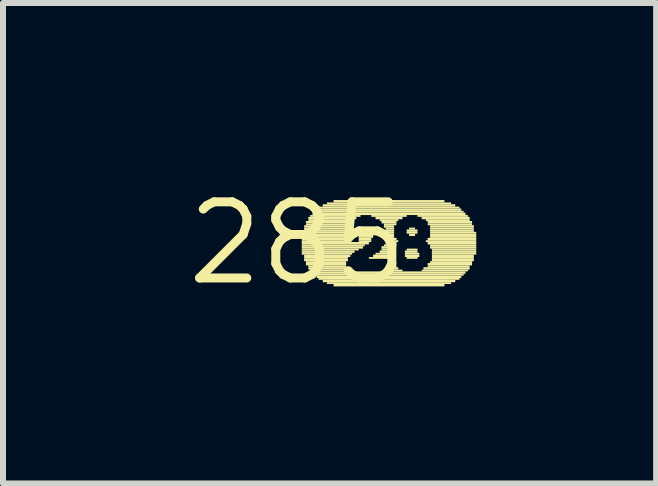
<source format=kicad_pcb>
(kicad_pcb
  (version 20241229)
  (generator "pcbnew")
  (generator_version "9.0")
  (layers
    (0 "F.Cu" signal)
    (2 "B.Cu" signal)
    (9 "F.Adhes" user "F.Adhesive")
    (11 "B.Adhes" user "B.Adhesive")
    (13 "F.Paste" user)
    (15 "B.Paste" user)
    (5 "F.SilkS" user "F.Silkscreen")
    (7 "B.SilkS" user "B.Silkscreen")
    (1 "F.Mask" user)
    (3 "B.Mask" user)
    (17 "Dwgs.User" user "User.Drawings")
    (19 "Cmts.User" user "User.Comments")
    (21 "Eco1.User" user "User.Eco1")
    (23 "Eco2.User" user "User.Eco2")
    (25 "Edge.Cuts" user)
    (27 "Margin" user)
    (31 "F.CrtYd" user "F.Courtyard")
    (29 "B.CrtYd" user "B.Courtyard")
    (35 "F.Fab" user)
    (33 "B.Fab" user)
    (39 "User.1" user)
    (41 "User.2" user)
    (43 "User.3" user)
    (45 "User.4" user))
  (footprint "285"
    (layer "F.Cu")
    (at 1.912 1.006)
    (property "Reference" "285" (at 0 0 0) (layer "F.SilkS") (effects (font (size 1.27 1.27) (thickness 0.15))))
    (fp_poly (pts (xy 0.07 -0.16) (xy 0.81 -0.16) (xy 0.81 -0.19) (xy 0.07 -0.19)) (stroke (width 0) (type solid)) (fill yes) (layer "F.SilkS"))
    (fp_poly (pts (xy 0.07 -0.12) (xy 0.81 -0.12) (xy 0.81 -0.16) (xy 0.07 -0.16)) (stroke (width 0) (type solid)) (fill yes) (layer "F.SilkS"))
    (fp_poly (pts (xy 0.07 -0.09) (xy 0.81 -0.09) (xy 0.81 -0.12) (xy 0.07 -0.12)) (stroke (width 0) (type solid)) (fill yes) (layer "F.SilkS"))
    (fp_poly (pts (xy 0.07 -0.05) (xy 0.81 -0.05) (xy 0.81 -0.09) (xy 0.07 -0.09)) (stroke (width 0) (type solid)) (fill yes) (layer "F.SilkS"))
    (fp_poly (pts (xy 0.07 -0.02) (xy 0.84 -0.02) (xy 0.84 -0.05) (xy 0.07 -0.05)) (stroke (width 0) (type solid)) (fill yes) (layer "F.SilkS"))
    (fp_poly (pts (xy 0.07 0.02) (xy 1.19 0.02) (xy 1.19 -0.02) (xy 0.07 -0.02)) (stroke (width 0) (type solid)) (fill yes) (layer "F.SilkS"))
    (fp_poly (pts (xy 0.07 0.05) (xy 1.12 0.05) (xy 1.12 0.02) (xy 0.07 0.02)) (stroke (width 0) (type solid)) (fill yes) (layer "F.SilkS"))
    (fp_poly (pts (xy 0.07 0.09) (xy 1.09 0.09) (xy 1.09 0.05) (xy 0.07 0.05)) (stroke (width 0) (type solid)) (fill yes) (layer "F.SilkS"))
    (fp_poly (pts (xy 0.07 0.12) (xy 1.02 0.12) (xy 1.02 0.09) (xy 0.07 0.09)) (stroke (width 0) (type solid)) (fill yes) (layer "F.SilkS"))
    (fp_poly (pts (xy 0.07 0.16) (xy 0.95 0.16) (xy 0.95 0.12) (xy 0.07 0.12)) (stroke (width 0) (type solid)) (fill yes) (layer "F.SilkS"))
    (fp_poly (pts (xy 0.07 0.19) (xy 0.91 0.19) (xy 0.91 0.16) (xy 0.07 0.16)) (stroke (width 0) (type solid)) (fill yes) (layer "F.SilkS"))
    (fp_poly (pts (xy 0.11 -0.26) (xy 0.84 -0.26) (xy 0.84 -0.3) (xy 0.11 -0.3)) (stroke (width 0) (type solid)) (fill yes) (layer "F.SilkS"))
    (fp_poly (pts (xy 0.11 -0.23) (xy 0.84 -0.23) (xy 0.84 -0.26) (xy 0.11 -0.26)) (stroke (width 0) (type solid)) (fill yes) (layer "F.SilkS"))
    (fp_poly (pts (xy 0.11 -0.19) (xy 0.81 -0.19) (xy 0.81 -0.23) (xy 0.11 -0.23)) (stroke (width 0) (type solid)) (fill yes) (layer "F.SilkS"))
    (fp_poly (pts (xy 0.11 0.23) (xy 0.88 0.23) (xy 0.88 0.19) (xy 0.11 0.19)) (stroke (width 0) (type solid)) (fill yes) (layer "F.SilkS"))
    (fp_poly (pts (xy 0.11 0.26) (xy 0.84 0.26) (xy 0.84 0.23) (xy 0.11 0.23)) (stroke (width 0) (type solid)) (fill yes) (layer "F.SilkS"))
    (fp_poly (pts (xy 0.11 0.3) (xy 0.84 0.3) (xy 0.84 0.26) (xy 0.11 0.26)) (stroke (width 0) (type solid)) (fill yes) (layer "F.SilkS"))
    (fp_poly (pts (xy 0.14 -0.33) (xy 0.88 -0.33) (xy 0.88 -0.37) (xy 0.14 -0.37)) (stroke (width 0) (type solid)) (fill yes) (layer "F.SilkS"))
    (fp_poly (pts (xy 0.14 -0.3) (xy 0.88 -0.3) (xy 0.88 -0.33) (xy 0.14 -0.33)) (stroke (width 0) (type solid)) (fill yes) (layer "F.SilkS"))
    (fp_poly (pts (xy 0.14 0.33) (xy 0.81 0.33) (xy 0.81 0.3) (xy 0.14 0.3)) (stroke (width 0) (type solid)) (fill yes) (layer "F.SilkS"))
    (fp_poly (pts (xy 0.14 0.37) (xy 0.81 0.37) (xy 0.81 0.33) (xy 0.14 0.33)) (stroke (width 0) (type solid)) (fill yes) (layer "F.SilkS"))
    (fp_poly (pts (xy 0.18 -0.4) (xy 0.98 -0.4) (xy 0.98 -0.44) (xy 0.18 -0.44)) (stroke (width 0) (type solid)) (fill yes) (layer "F.SilkS"))
    (fp_poly (pts (xy 0.18 -0.37) (xy 0.91 -0.37) (xy 0.91 -0.4) (xy 0.18 -0.4)) (stroke (width 0) (type solid)) (fill yes) (layer "F.SilkS"))
    (fp_poly (pts (xy 0.18 0.4) (xy 0.81 0.4) (xy 0.81 0.37) (xy 0.18 0.37)) (stroke (width 0) (type solid)) (fill yes) (layer "F.SilkS"))
    (fp_poly (pts (xy 0.18 0.44) (xy 0.81 0.44) (xy 0.81 0.4) (xy 0.18 0.4)) (stroke (width 0) (type solid)) (fill yes) (layer "F.SilkS"))
    (fp_poly (pts (xy 0.21 -0.44) (xy 1.05 -0.44) (xy 1.05 -0.47) (xy 0.21 -0.47)) (stroke (width 0) (type solid)) (fill yes) (layer "F.SilkS"))
    (fp_poly (pts (xy 0.21 0.47) (xy 0.84 0.47) (xy 0.84 0.44) (xy 0.21 0.44)) (stroke (width 0) (type solid)) (fill yes) (layer "F.SilkS"))
    (fp_poly (pts (xy 0.25 -0.47) (xy 2.8 -0.47) (xy 2.8 -0.51) (xy 0.25 -0.51)) (stroke (width 0) (type solid)) (fill yes) (layer "F.SilkS"))
    (fp_poly (pts (xy 0.25 0.51) (xy 2.8 0.51) (xy 2.8 0.47) (xy 0.25 0.47)) (stroke (width 0) (type solid)) (fill yes) (layer "F.SilkS"))
    (fp_poly (pts (xy 0.28 -0.51) (xy 2.77 -0.51) (xy 2.77 -0.54) (xy 0.28 -0.54)) (stroke (width 0) (type solid)) (fill yes) (layer "F.SilkS"))
    (fp_poly (pts (xy 0.28 0.54) (xy 2.77 0.54) (xy 2.77 0.51) (xy 0.28 0.51)) (stroke (width 0) (type solid)) (fill yes) (layer "F.SilkS"))
    (fp_poly (pts (xy 0.32 -0.54) (xy 2.73 -0.54) (xy 2.73 -0.58) (xy 0.32 -0.58)) (stroke (width 0) (type solid)) (fill yes) (layer "F.SilkS"))
    (fp_poly (pts (xy 0.32 0.58) (xy 2.73 0.58) (xy 2.73 0.54) (xy 0.32 0.54)) (stroke (width 0) (type solid)) (fill yes) (layer "F.SilkS"))
    (fp_poly (pts (xy 0.35 -0.58) (xy 2.7 -0.58) (xy 2.7 -0.61) (xy 0.35 -0.61)) (stroke (width 0) (type solid)) (fill yes) (layer "F.SilkS"))
    (fp_poly (pts (xy 0.35 0.61) (xy 2.7 0.61) (xy 2.7 0.58) (xy 0.35 0.58)) (stroke (width 0) (type solid)) (fill yes) (layer "F.SilkS"))
    (fp_poly (pts (xy 0.42 -0.61) (xy 2.63 -0.61) (xy 2.63 -0.65) (xy 0.42 -0.65)) (stroke (width 0) (type solid)) (fill yes) (layer "F.SilkS"))
    (fp_poly (pts (xy 0.42 0.65) (xy 2.63 0.65) (xy 2.63 0.61) (xy 0.42 0.61)) (stroke (width 0) (type solid)) (fill yes) (layer "F.SilkS"))
    (fp_poly (pts (xy 0.49 -0.65) (xy 2.56 -0.65) (xy 2.56 -0.68) (xy 0.49 -0.68)) (stroke (width 0) (type solid)) (fill yes) (layer "F.SilkS"))
    (fp_poly (pts (xy 0.49 0.68) (xy 2.56 0.68) (xy 2.56 0.65) (xy 0.49 0.65)) (stroke (width 0) (type solid)) (fill yes) (layer "F.SilkS"))
    (fp_poly (pts (xy 0.6 -0.68) (xy 2.45 -0.68) (xy 2.45 -0.72) (xy 0.6 -0.72)) (stroke (width 0) (type solid)) (fill yes) (layer "F.SilkS"))
    (fp_poly (pts (xy 0.6 0.72) (xy 2.45 0.72) (xy 2.45 0.68) (xy 0.6 0.68)) (stroke (width 0) (type solid)) (fill yes) (layer "F.SilkS"))
    (fp_poly (pts (xy 1.02 -0.12) (xy 1.26 -0.12) (xy 1.26 -0.16) (xy 1.02 -0.16)) (stroke (width 0) (type solid)) (fill yes) (layer "F.SilkS"))
    (fp_poly (pts (xy 1.02 -0.09) (xy 1.26 -0.09) (xy 1.26 -0.12) (xy 1.02 -0.12)) (stroke (width 0) (type solid)) (fill yes) (layer "F.SilkS"))
    (fp_poly (pts (xy 1.02 -0.05) (xy 1.23 -0.05) (xy 1.23 -0.09) (xy 1.02 -0.09)) (stroke (width 0) (type solid)) (fill yes) (layer "F.SilkS"))
    (fp_poly (pts (xy 1.02 -0.02) (xy 1.23 -0.02) (xy 1.23 -0.05) (xy 1.02 -0.05)) (stroke (width 0) (type solid)) (fill yes) (layer "F.SilkS"))
    (fp_poly (pts (xy 1.05 -0.19) (xy 1.23 -0.19) (xy 1.23 -0.23) (xy 1.05 -0.23)) (stroke (width 0) (type solid)) (fill yes) (layer "F.SilkS"))
    (fp_poly (pts (xy 1.05 -0.16) (xy 1.26 -0.16) (xy 1.26 -0.19) (xy 1.05 -0.19)) (stroke (width 0) (type solid)) (fill yes) (layer "F.SilkS"))
    (fp_poly (pts (xy 1.19 0.26) (xy 1.58 0.26) (xy 1.58 0.23) (xy 1.19 0.23)) (stroke (width 0) (type solid)) (fill yes) (layer "F.SilkS"))
    (fp_poly (pts (xy 1.23 -0.44) (xy 1.82 -0.44) (xy 1.82 -0.47) (xy 1.23 -0.47)) (stroke (width 0) (type solid)) (fill yes) (layer "F.SilkS"))
    (fp_poly (pts (xy 1.26 0.23) (xy 1.58 0.23) (xy 1.58 0.19) (xy 1.26 0.19)) (stroke (width 0) (type solid)) (fill yes) (layer "F.SilkS"))
    (fp_poly (pts (xy 1.3 -0.4) (xy 1.75 -0.4) (xy 1.75 -0.44) (xy 1.3 -0.44)) (stroke (width 0) (type solid)) (fill yes) (layer "F.SilkS"))
    (fp_poly (pts (xy 1.3 0.19) (xy 1.58 0.19) (xy 1.58 0.16) (xy 1.3 0.16)) (stroke (width 0) (type solid)) (fill yes) (layer "F.SilkS"))
    (fp_poly (pts (xy 1.37 -0.37) (xy 1.68 -0.37) (xy 1.68 -0.4) (xy 1.37 -0.4)) (stroke (width 0) (type solid)) (fill yes) (layer "F.SilkS"))
    (fp_poly (pts (xy 1.37 0.16) (xy 1.58 0.16) (xy 1.58 0.12) (xy 1.37 0.12)) (stroke (width 0) (type solid)) (fill yes) (layer "F.SilkS"))
    (fp_poly (pts (xy 1.4 -0.33) (xy 1.65 -0.33) (xy 1.65 -0.37) (xy 1.4 -0.37)) (stroke (width 0) (type solid)) (fill yes) (layer "F.SilkS"))
    (fp_poly (pts (xy 1.4 0.09) (xy 1.61 0.09) (xy 1.61 0.05) (xy 1.4 0.05)) (stroke (width 0) (type solid)) (fill yes) (layer "F.SilkS"))
    (fp_poly (pts (xy 1.4 0.12) (xy 1.58 0.12) (xy 1.58 0.09) (xy 1.4 0.09)) (stroke (width 0) (type solid)) (fill yes) (layer "F.SilkS"))
    (fp_poly (pts (xy 1.44 -0.3) (xy 1.65 -0.3) (xy 1.65 -0.33) (xy 1.44 -0.33)) (stroke (width 0) (type solid)) (fill yes) (layer "F.SilkS"))
    (fp_poly (pts (xy 1.44 -0.26) (xy 1.61 -0.26) (xy 1.61 -0.3) (xy 1.44 -0.3)) (stroke (width 0) (type solid)) (fill yes) (layer "F.SilkS"))
    (fp_poly (pts (xy 1.44 0.05) (xy 1.61 0.05) (xy 1.61 0.02) (xy 1.44 0.02)) (stroke (width 0) (type solid)) (fill yes) (layer "F.SilkS"))
    (fp_poly (pts (xy 1.47 -0.23) (xy 1.61 -0.23) (xy 1.61 -0.26) (xy 1.47 -0.26)) (stroke (width 0) (type solid)) (fill yes) (layer "F.SilkS"))
    (fp_poly (pts (xy 1.47 -0.19) (xy 1.61 -0.19) (xy 1.61 -0.23) (xy 1.47 -0.23)) (stroke (width 0) (type solid)) (fill yes) (layer "F.SilkS"))
    (fp_poly (pts (xy 1.47 -0.16) (xy 1.61 -0.16) (xy 1.61 -0.19) (xy 1.47 -0.19)) (stroke (width 0) (type solid)) (fill yes) (layer "F.SilkS"))
    (fp_poly (pts (xy 1.47 -0.12) (xy 1.61 -0.12) (xy 1.61 -0.16) (xy 1.47 -0.16)) (stroke (width 0) (type solid)) (fill yes) (layer "F.SilkS"))
    (fp_poly (pts (xy 1.47 -0.09) (xy 1.61 -0.09) (xy 1.61 -0.12) (xy 1.47 -0.12)) (stroke (width 0) (type solid)) (fill yes) (layer "F.SilkS"))
    (fp_poly (pts (xy 1.47 -0.05) (xy 1.65 -0.05) (xy 1.65 -0.09) (xy 1.47 -0.09)) (stroke (width 0) (type solid)) (fill yes) (layer "F.SilkS"))
    (fp_poly (pts (xy 1.47 -0.02) (xy 1.68 -0.02) (xy 1.68 -0.05) (xy 1.47 -0.05)) (stroke (width 0) (type solid)) (fill yes) (layer "F.SilkS"))
    (fp_poly (pts (xy 1.47 0.02) (xy 1.65 0.02) (xy 1.65 -0.02) (xy 1.47 -0.02)) (stroke (width 0) (type solid)) (fill yes) (layer "F.SilkS"))
    (fp_poly (pts (xy 1.47 0.47) (xy 1.75 0.47) (xy 1.75 0.44) (xy 1.47 0.44)) (stroke (width 0) (type solid)) (fill yes) (layer "F.SilkS"))
    (fp_poly (pts (xy 1.51 0.3) (xy 1.58 0.3) (xy 1.58 0.26) (xy 1.51 0.26)) (stroke (width 0) (type solid)) (fill yes) (layer "F.SilkS"))
    (fp_poly (pts (xy 1.51 0.33) (xy 1.61 0.33) (xy 1.61 0.3) (xy 1.51 0.3)) (stroke (width 0) (type solid)) (fill yes) (layer "F.SilkS"))
    (fp_poly (pts (xy 1.51 0.37) (xy 1.61 0.37) (xy 1.61 0.33) (xy 1.51 0.33)) (stroke (width 0) (type solid)) (fill yes) (layer "F.SilkS"))
    (fp_poly (pts (xy 1.51 0.4) (xy 1.65 0.4) (xy 1.65 0.37) (xy 1.51 0.37)) (stroke (width 0) (type solid)) (fill yes) (layer "F.SilkS"))
    (fp_poly (pts (xy 1.51 0.44) (xy 1.68 0.44) (xy 1.68 0.4) (xy 1.51 0.4)) (stroke (width 0) (type solid)) (fill yes) (layer "F.SilkS"))
    (fp_poly (pts (xy 1.79 0.16) (xy 2 0.16) (xy 2 0.12) (xy 1.79 0.12)) (stroke (width 0) (type solid)) (fill yes) (layer "F.SilkS"))
    (fp_poly (pts (xy 1.79 0.19) (xy 2.03 0.19) (xy 2.03 0.16) (xy 1.79 0.16)) (stroke (width 0) (type solid)) (fill yes) (layer "F.SilkS"))
    (fp_poly (pts (xy 1.79 0.23) (xy 2.03 0.23) (xy 2.03 0.19) (xy 1.79 0.19)) (stroke (width 0) (type solid)) (fill yes) (layer "F.SilkS"))
    (fp_poly (pts (xy 1.82 -0.19) (xy 2 -0.19) (xy 2 -0.23) (xy 1.82 -0.23)) (stroke (width 0) (type solid)) (fill yes) (layer "F.SilkS"))
    (fp_poly (pts (xy 1.82 -0.16) (xy 2 -0.16) (xy 2 -0.19) (xy 1.82 -0.19)) (stroke (width 0) (type solid)) (fill yes) (layer "F.SilkS"))
    (fp_poly (pts (xy 1.82 0.12) (xy 2 0.12) (xy 2 0.09) (xy 1.82 0.09)) (stroke (width 0) (type solid)) (fill yes) (layer "F.SilkS"))
    (fp_poly (pts (xy 1.82 0.26) (xy 2 0.26) (xy 2 0.23) (xy 1.82 0.23)) (stroke (width 0) (type solid)) (fill yes) (layer "F.SilkS"))
    (fp_poly (pts (xy 1.86 -0.23) (xy 1.96 -0.23) (xy 1.96 -0.26) (xy 1.86 -0.26)) (stroke (width 0) (type solid)) (fill yes) (layer "F.SilkS"))
    (fp_poly (pts (xy 1.86 -0.12) (xy 1.96 -0.12) (xy 1.96 -0.16) (xy 1.86 -0.16)) (stroke (width 0) (type solid)) (fill yes) (layer "F.SilkS"))
    (fp_poly (pts (xy 2 -0.44) (xy 2.84 -0.44) (xy 2.84 -0.47) (xy 2 -0.47)) (stroke (width 0) (type solid)) (fill yes) (layer "F.SilkS"))
    (fp_poly (pts (xy 2.07 -0.4) (xy 2.87 -0.4) (xy 2.87 -0.44) (xy 2.07 -0.44)) (stroke (width 0) (type solid)) (fill yes) (layer "F.SilkS"))
    (fp_poly (pts (xy 2.07 0.47) (xy 2.84 0.47) (xy 2.84 0.44) (xy 2.07 0.44)) (stroke (width 0) (type solid)) (fill yes) (layer "F.SilkS"))
    (fp_poly (pts (xy 2.1 0.44) (xy 2.87 0.44) (xy 2.87 0.4) (xy 2.1 0.4)) (stroke (width 0) (type solid)) (fill yes) (layer "F.SilkS"))
    (fp_poly (pts (xy 2.14 -0.37) (xy 2.87 -0.37) (xy 2.87 -0.4) (xy 2.14 -0.4)) (stroke (width 0) (type solid)) (fill yes) (layer "F.SilkS"))
    (fp_poly (pts (xy 2.14 -0.02) (xy 2.98 -0.02) (xy 2.98 -0.05) (xy 2.14 -0.05)) (stroke (width 0) (type solid)) (fill yes) (layer "F.SilkS"))
    (fp_poly (pts (xy 2.17 -0.33) (xy 2.91 -0.33) (xy 2.91 -0.37) (xy 2.17 -0.37)) (stroke (width 0) (type solid)) (fill yes) (layer "F.SilkS"))
    (fp_poly (pts (xy 2.17 -0.3) (xy 2.91 -0.3) (xy 2.91 -0.33) (xy 2.17 -0.33)) (stroke (width 0) (type solid)) (fill yes) (layer "F.SilkS"))
    (fp_poly (pts (xy 2.17 -0.05) (xy 2.98 -0.05) (xy 2.98 -0.09) (xy 2.17 -0.09)) (stroke (width 0) (type solid)) (fill yes) (layer "F.SilkS"))
    (fp_poly (pts (xy 2.17 0.02) (xy 2.98 0.02) (xy 2.98 -0.02) (xy 2.17 -0.02)) (stroke (width 0) (type solid)) (fill yes) (layer "F.SilkS"))
    (fp_poly (pts (xy 2.17 0.37) (xy 2.91 0.37) (xy 2.91 0.33) (xy 2.17 0.33)) (stroke (width 0) (type solid)) (fill yes) (layer "F.SilkS"))
    (fp_poly (pts (xy 2.17 0.4) (xy 2.87 0.4) (xy 2.87 0.37) (xy 2.17 0.37)) (stroke (width 0) (type solid)) (fill yes) (layer "F.SilkS"))
    (fp_poly (pts (xy 2.21 -0.26) (xy 2.94 -0.26) (xy 2.94 -0.3) (xy 2.21 -0.3)) (stroke (width 0) (type solid)) (fill yes) (layer "F.SilkS"))
    (fp_poly (pts (xy 2.21 -0.23) (xy 2.94 -0.23) (xy 2.94 -0.26) (xy 2.21 -0.26)) (stroke (width 0) (type solid)) (fill yes) (layer "F.SilkS"))
    (fp_poly (pts (xy 2.21 -0.19) (xy 2.94 -0.19) (xy 2.94 -0.23) (xy 2.21 -0.23)) (stroke (width 0) (type solid)) (fill yes) (layer "F.SilkS"))
    (fp_poly (pts (xy 2.21 -0.16) (xy 2.98 -0.16) (xy 2.98 -0.19) (xy 2.21 -0.19)) (stroke (width 0) (type solid)) (fill yes) (layer "F.SilkS"))
    (fp_poly (pts (xy 2.21 -0.12) (xy 2.98 -0.12) (xy 2.98 -0.16) (xy 2.21 -0.16)) (stroke (width 0) (type solid)) (fill yes) (layer "F.SilkS"))
    (fp_poly (pts (xy 2.21 -0.09) (xy 2.98 -0.09) (xy 2.98 -0.12) (xy 2.21 -0.12)) (stroke (width 0) (type solid)) (fill yes) (layer "F.SilkS"))
    (fp_poly (pts (xy 2.21 0.05) (xy 2.98 0.05) (xy 2.98 0.02) (xy 2.21 0.02)) (stroke (width 0) (type solid)) (fill yes) (layer "F.SilkS"))
    (fp_poly (pts (xy 2.21 0.09) (xy 2.98 0.09) (xy 2.98 0.05) (xy 2.21 0.05)) (stroke (width 0) (type solid)) (fill yes) (layer "F.SilkS"))
    (fp_poly (pts (xy 2.21 0.33) (xy 2.91 0.33) (xy 2.91 0.3) (xy 2.21 0.3)) (stroke (width 0) (type solid)) (fill yes) (layer "F.SilkS"))
    (fp_poly (pts (xy 2.24 0.12) (xy 2.98 0.12) (xy 2.98 0.09) (xy 2.24 0.09)) (stroke (width 0) (type solid)) (fill yes) (layer "F.SilkS"))
    (fp_poly (pts (xy 2.24 0.16) (xy 2.98 0.16) (xy 2.98 0.12) (xy 2.24 0.12)) (stroke (width 0) (type solid)) (fill yes) (layer "F.SilkS"))
    (fp_poly (pts (xy 2.24 0.19) (xy 2.98 0.19) (xy 2.98 0.16) (xy 2.24 0.16)) (stroke (width 0) (type solid)) (fill yes) (layer "F.SilkS"))
    (fp_poly (pts (xy 2.24 0.23) (xy 2.94 0.23) (xy 2.94 0.19) (xy 2.24 0.19)) (stroke (width 0) (type solid)) (fill yes) (layer "F.SilkS"))
    (fp_poly (pts (xy 2.24 0.26) (xy 2.94 0.26) (xy 2.94 0.23) (xy 2.24 0.23)) (stroke (width 0) (type solid)) (fill yes) (layer "F.SilkS"))
    (fp_poly (pts (xy 2.24 0.3) (xy 2.94 0.3) (xy 2.94 0.26) (xy 2.24 0.26)) (stroke (width 0) (type solid)) (fill yes) (layer "F.SilkS")))
  (gr_rect
    (start -3 -3)
    (end 7.892 5.012)
    (stroke (width 0.1) (type default))
    (fill no)
    (layer "Edge.Cuts")))
</source>
